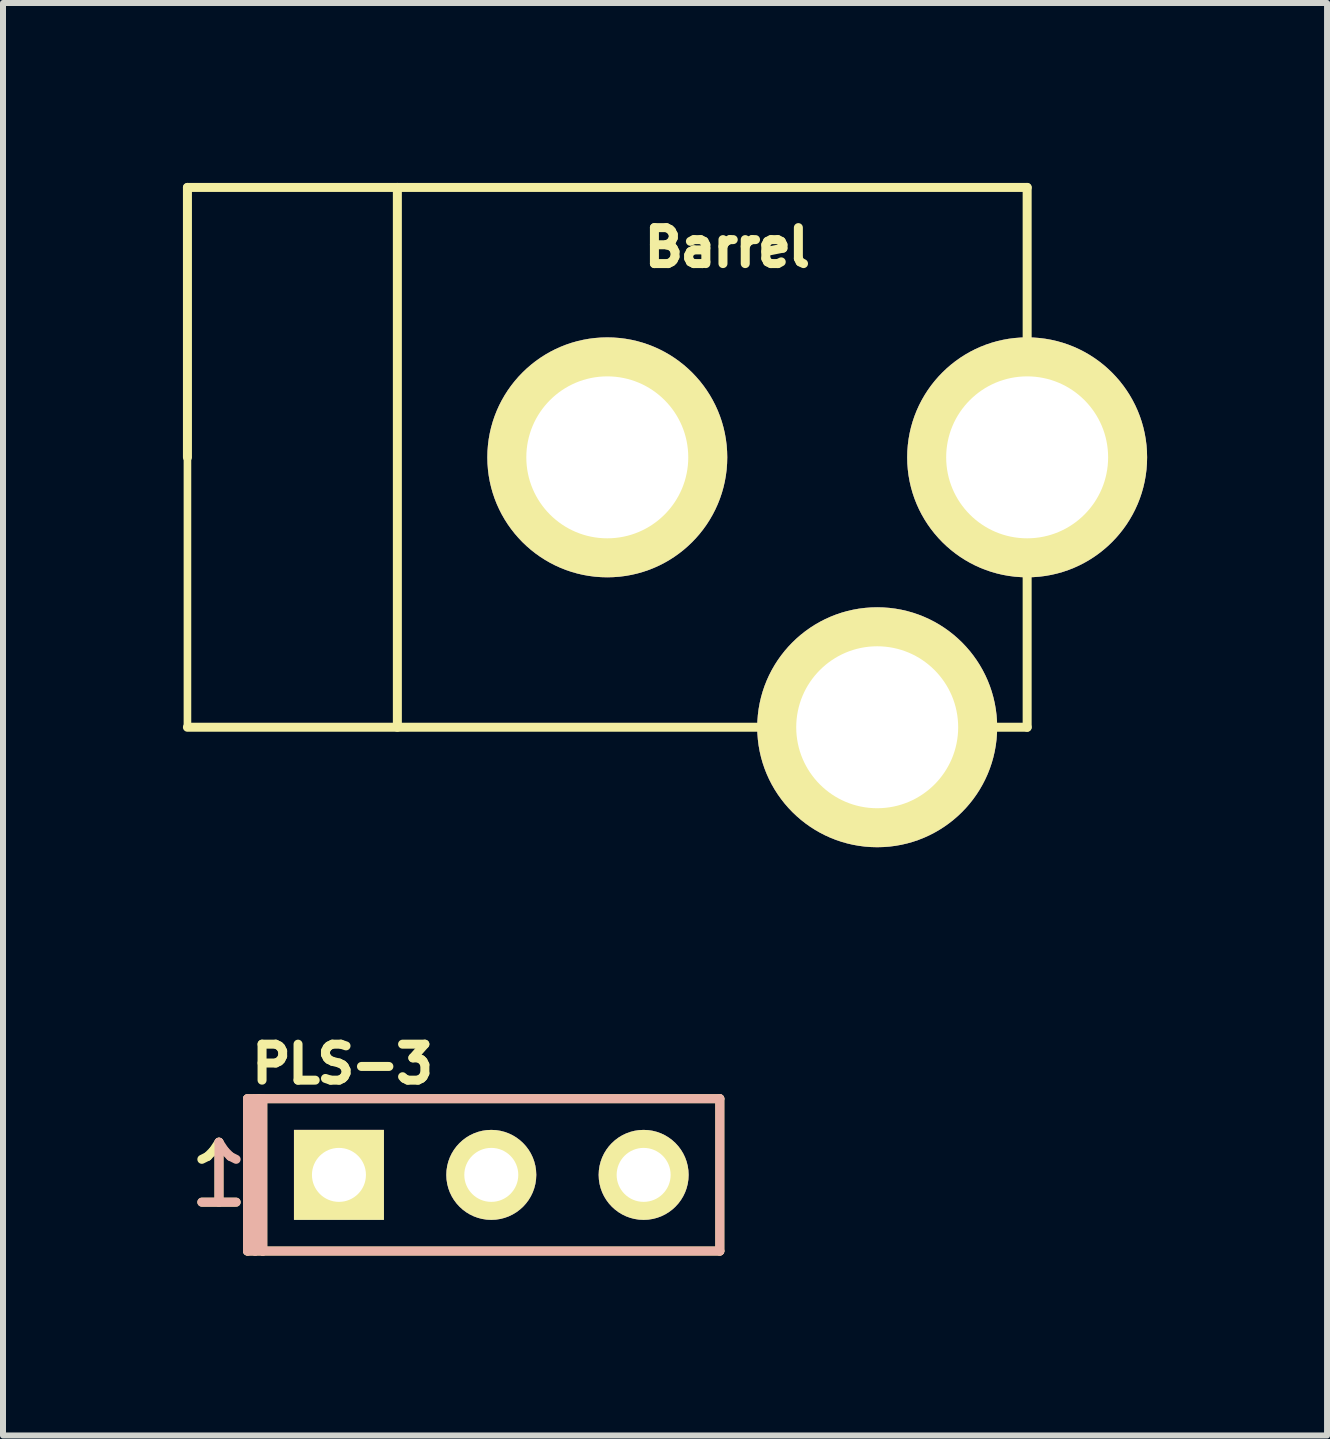
<source format=kicad_pcb>
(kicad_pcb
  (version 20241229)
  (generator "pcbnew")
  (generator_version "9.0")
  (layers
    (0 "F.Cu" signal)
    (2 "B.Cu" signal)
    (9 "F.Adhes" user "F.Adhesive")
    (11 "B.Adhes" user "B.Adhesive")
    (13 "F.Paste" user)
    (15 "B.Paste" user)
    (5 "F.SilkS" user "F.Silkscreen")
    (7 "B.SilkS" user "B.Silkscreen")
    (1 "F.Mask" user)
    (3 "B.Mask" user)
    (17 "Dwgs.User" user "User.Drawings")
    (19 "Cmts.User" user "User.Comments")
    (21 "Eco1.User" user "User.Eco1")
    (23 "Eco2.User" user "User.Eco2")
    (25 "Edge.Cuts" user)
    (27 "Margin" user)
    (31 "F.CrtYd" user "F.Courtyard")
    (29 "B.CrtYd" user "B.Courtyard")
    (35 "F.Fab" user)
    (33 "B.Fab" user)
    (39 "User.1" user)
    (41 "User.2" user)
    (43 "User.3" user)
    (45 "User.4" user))
  (footprint "Barrel"
    (layer "F.Cu")
    (at 14.075 4.575)
    (property "Reference" "Barrel" (at -5 -3.5 0) (layer "F.SilkS") (effects (font (size 0.6 0.6) (thickness 0.15))))
    (attr through_hole)
    (fp_line (start -14 -4.5) (end 0 -4.5) (stroke (width 0.15) (type solid)) (layer "F.SilkS"))
    (fp_line (start -14 0) (end -14 -4.5) (stroke (width 0.15) (type solid)) (layer "F.SilkS"))
    (fp_line (start -14 4.5) (end -14 0) (stroke (width 0.127) (type solid)) (layer "F.SilkS"))
    (fp_line (start -10.5 -4.5) (end -10.5 4.5) (stroke (width 0.15) (type solid)) (layer "F.SilkS"))
    (fp_line (start 0 -4.5) (end 0 4.5) (stroke (width 0.15) (type solid)) (layer "F.SilkS"))
    (fp_line (start 0 4.5) (end -14 4.5) (stroke (width 0.15) (type solid)) (layer "F.SilkS"))
    (pad "GND" thru_hole circle (at -7 0) (size 4 4) (drill 2.7) (layers "*.Cu" "*.Mask" "F.SilkS"))
    (pad "PWR" thru_hole circle (at 0 0) (size 4 4) (drill 2.7) (layers "*.Cu" "*.Mask" "F.SilkS"))
    (pad "SW" thru_hole circle (at -2.5 4.5) (size 4 4) (drill 2.7) (layers "*.Cu" "*.Mask" "F.SilkS")))
  (footprint "PLS-3"
    (layer "F.Cu")
    (at 2.601 16.538)
    (property "Reference" "PLS-3" (at 0.061 -1.849 0) (layer "F.SilkS") (effects (font (size 0.6 0.6) (thickness 0.15))))
    (attr through_hole)
    (fp_line (start -1.524 -1.27) (end -1.27 -1.27) (stroke (width 0.15) (type solid)) (layer "F.SilkS"))
    (fp_line (start -1.524 1.27) (end -1.524 -1.27) (stroke (width 0.15) (type solid)) (layer "F.SilkS"))
    (fp_line (start -1.397 -1.27) (end -1.397 1.27) (stroke (width 0.15) (type solid)) (layer "F.SilkS"))
    (fp_line (start -1.27 -1.27) (end -1.397 -1.27) (stroke (width 0.15) (type solid)) (layer "F.SilkS"))
    (fp_line (start -1.27 -1.27) (end 6.35 -1.27) (stroke (width 0.15) (type solid)) (layer "F.SilkS"))
    (fp_line (start -1.27 1.27) (end -1.524 1.27) (stroke (width 0.15) (type solid)) (layer "F.SilkS"))
    (fp_line (start -1.27 1.27) (end -1.27 -1.27) (stroke (width 0.15) (type solid)) (layer "F.SilkS"))
    (fp_line (start -1.27 1.27) (end 6.35 1.27) (stroke (width 0.15) (type solid)) (layer "F.SilkS"))
    (fp_line (start 6.35 -1.27) (end 6.35 1.27) (stroke (width 0.15) (type solid)) (layer "F.SilkS"))
    (fp_line (start -1.524 -1.27) (end -1.397 -1.27) (stroke (width 0.15) (type solid)) (layer "B.SilkS"))
    (fp_line (start -1.524 1.27) (end -1.524 -1.27) (stroke (width 0.15) (type solid)) (layer "B.SilkS"))
    (fp_line (start -1.524 1.27) (end -1.397 1.27) (stroke (width 0.15) (type solid)) (layer "B.SilkS"))
    (fp_line (start -1.397 -1.27) (end -1.397 1.27) (stroke (width 0.15) (type solid)) (layer "B.SilkS"))
    (fp_line (start -1.397 -1.27) (end -1.27 -1.27) (stroke (width 0.15) (type solid)) (layer "B.SilkS"))
    (fp_line (start -1.397 1.27) (end -1.27 1.27) (stroke (width 0.15) (type solid)) (layer "B.SilkS"))
    (fp_line (start -1.27 1.27) (end -1.27 -1.27) (stroke (width 0.15) (type solid)) (layer "B.SilkS"))
    (fp_line (start -1.27 1.27) (end 6.35 1.27) (stroke (width 0.15) (type solid)) (layer "B.SilkS"))
    (fp_line (start 6.35 -1.27) (end -1.27 -1.27) (stroke (width 0.15) (type solid)) (layer "B.SilkS"))
    (fp_line (start 6.35 -1.27) (end 6.35 1.27) (stroke (width 0.15) (type solid)) (layer "B.SilkS"))
    (fp_text user "1" (at -2 0 0) (layer "F.SilkS") (effects (font (size 1 1) (thickness 0.15))))
    (fp_text user "1" (at -2 0 0) (layer "B.SilkS") (effects (font (size 1 1) (thickness 0.15)) (justify mirror)))
    (pad "1" thru_hole rect (at 0 0) (size 1.5 1.5) (drill 0.9) (layers "*.Cu" "*.Mask" "F.SilkS"))
    (pad "2" thru_hole circle (at 2.54 0) (size 1.5 1.5) (drill 0.9) (layers "*.Cu" "*.Mask" "F.SilkS"))
    (pad "3" thru_hole circle (at 5.08 0) (size 1.5 1.5) (drill 0.9) (layers "*.Cu" "*.Mask" "F.SilkS")))
  (gr_rect
    (start -3 -3)
    (end 19.075 20.883)
    (stroke (width 0.1) (type default))
    (fill no)
    (layer "Edge.Cuts")))
</source>
